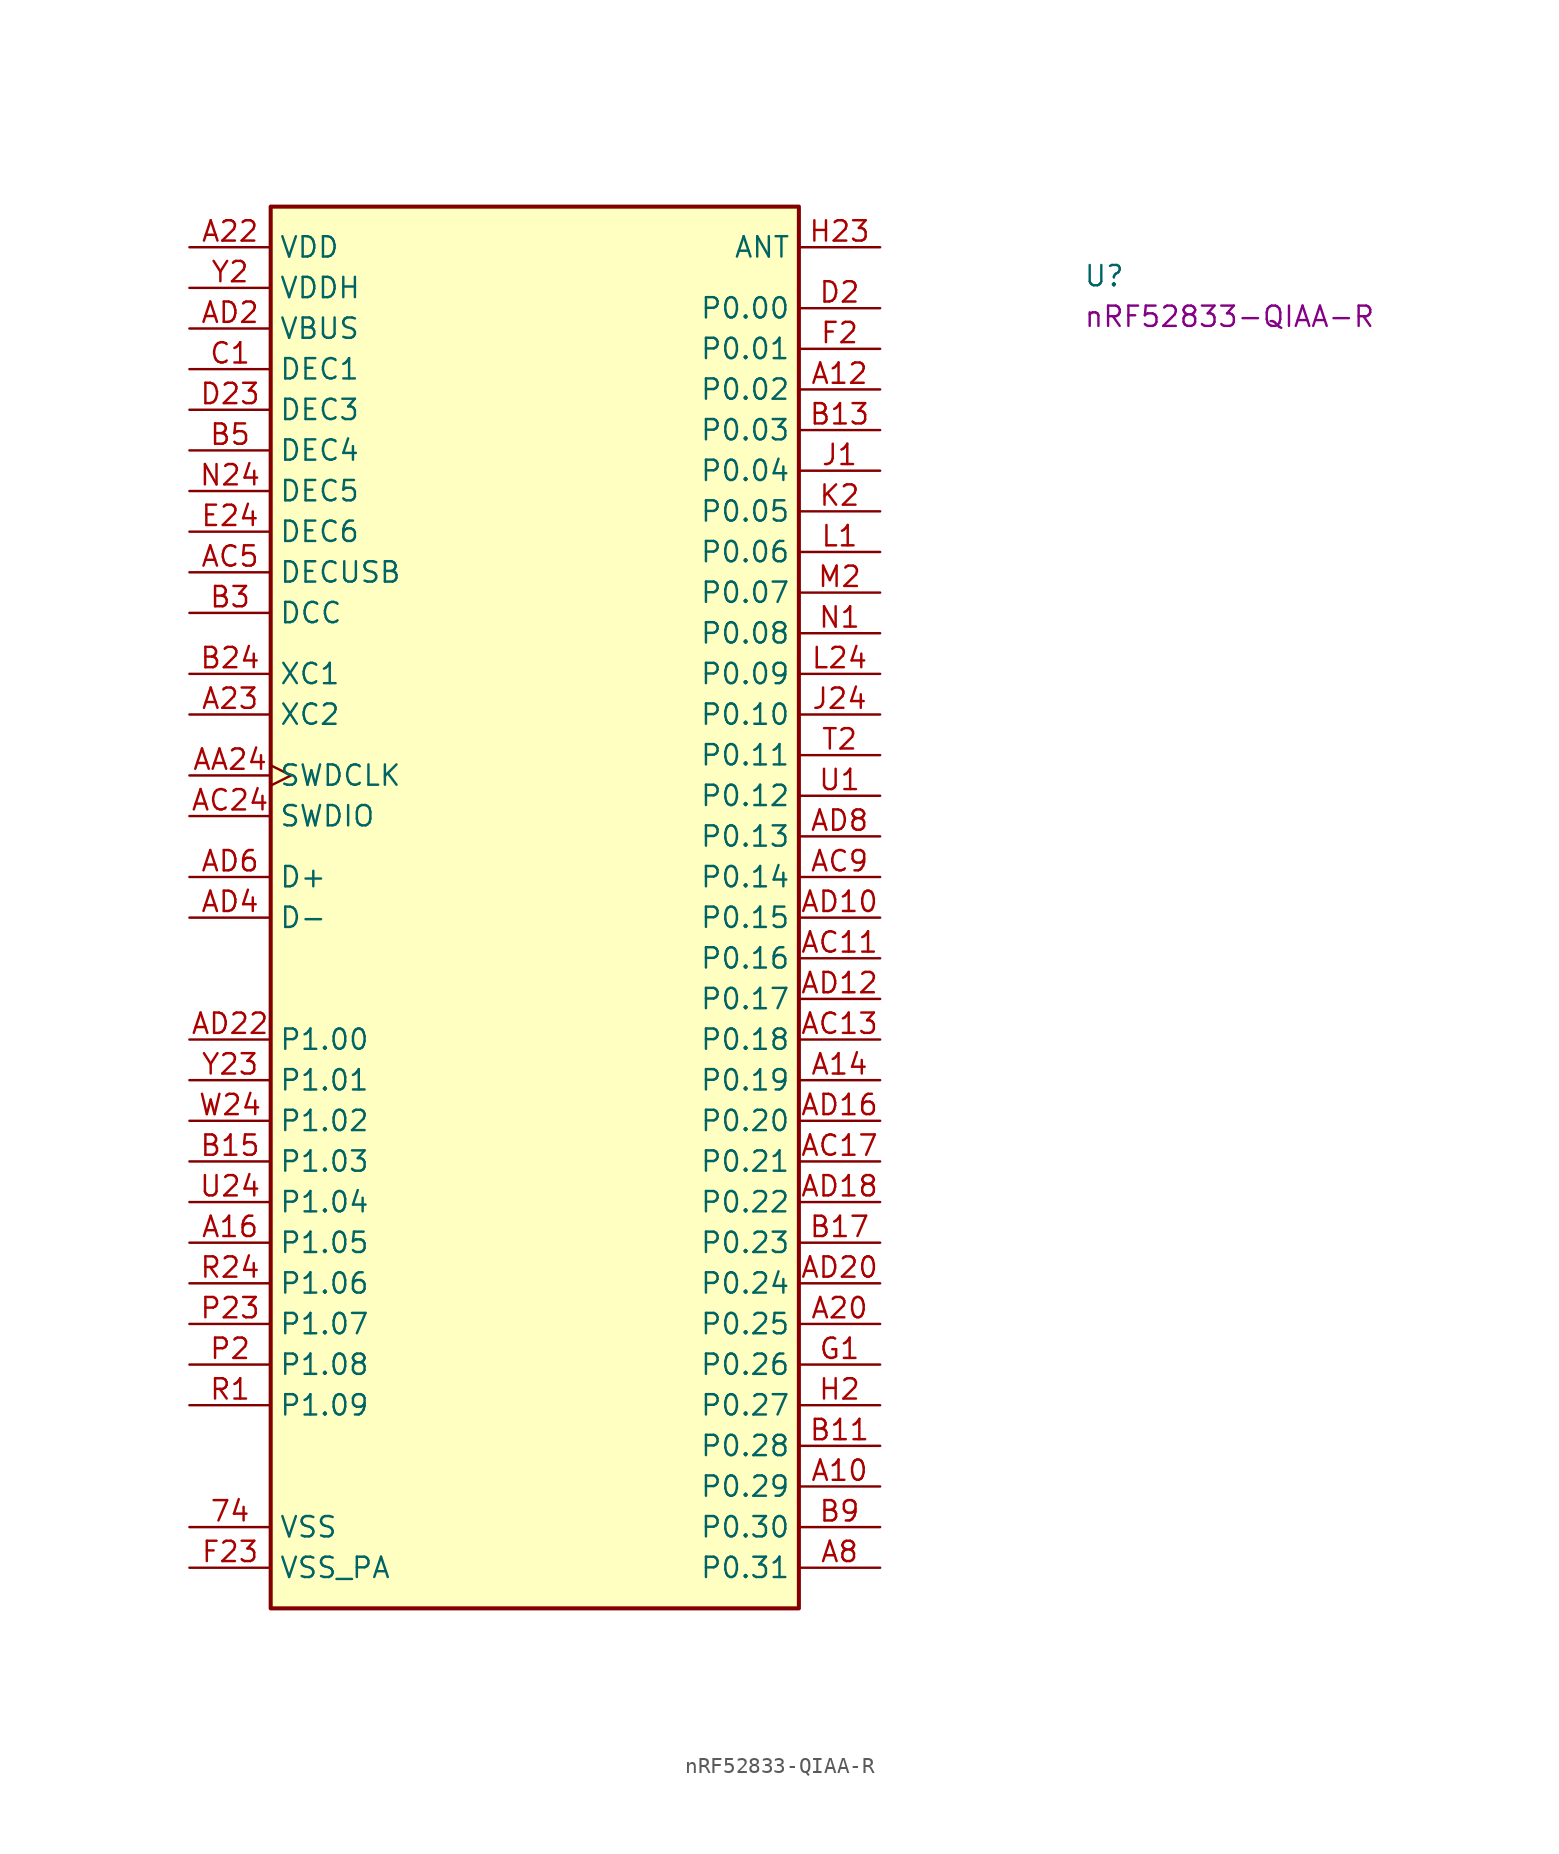
<source format=kicad_sym>
(kicad_symbol_lib
  (version 20231120)
  (generator "kicad_symbol_editor")
  (generator_version "8.0")
  (symbol "nRF52833-QIAA-R"
    (property "Reference" "U"
      (at 55.88 -2.54 0)
      (effects (font (size 1.27 1.27) (thickness 0.15)) (justify left bottom)))
    (property "MPN" "nRF52833-QIAA-R"
      (at 55.88 -5.08 0)
      (effects (font (size 1.27 1.27) (thickness 0.15)) (justify left bottom)))
    (symbol "nRF52833-QIAA-R_1_1"
      (rectangle (start 5.08 2.54) (end 38.1 -85.09) (stroke (width 0.254) (type default)) (fill (type background)))
      (pin power_in line (at 0 -80.01 0) (length 5.08) (name "VSS" (effects (font (size 1.27 1.27)))) (number "74" (effects (font (size 1.27 1.27)))))
      (pin bidirectional line (at 43.18 -77.47 180) (length 5.08) (name "P0.29" (effects (font (size 1.27 1.27)))) (number "A10" (effects (font (size 1.27 1.27)))) (alternate "AIN5" passive line))
      (pin bidirectional line (at 43.18 -8.89 180) (length 5.08) (name "P0.02" (effects (font (size 1.27 1.27)))) (number "A12" (effects (font (size 1.27 1.27)))) (alternate "AIN0" passive line))
      (pin bidirectional line (at 43.18 -52.07 180) (length 5.08) (name "P0.19" (effects (font (size 1.27 1.27)))) (number "A14" (effects (font (size 1.27 1.27)))))
      (pin bidirectional line (at 0 -62.23 0) (length 5.08) (name "P1.05" (effects (font (size 1.27 1.27)))) (number "A16" (effects (font (size 1.27 1.27)))))
      (pin bidirectional line (at 43.18 -67.31 180) (length 5.08) (name "P0.25" (effects (font (size 1.27 1.27)))) (number "A20" (effects (font (size 1.27 1.27)))))
      (pin power_in line (at 0 0 0) (length 5.08) (name "VDD" (effects (font (size 1.27 1.27)))) (number "A22" (effects (font (size 1.27 1.27)))))
      (pin input line (at 0 -29.21 0) (length 5.08) (name "XC2" (effects (font (size 1.27 1.27)))) (number "A23" (effects (font (size 1.27 1.27)))))
      (pin bidirectional line (at 43.18 -82.55 180) (length 5.08) (name "P0.31" (effects (font (size 1.27 1.27)))) (number "A8" (effects (font (size 1.27 1.27)))) (alternate "AIN7" passive line))
      (pin input clock (at 0 -33.02 0) (length 5.08) (name "SWDCLK" (effects (font (size 1.27 1.27)))) (number "AA24" (effects (font (size 1.27 1.27)))))
      (pin bidirectional line (at 43.18 -44.45 180) (length 5.08) (name "P0.16" (effects (font (size 1.27 1.27)))) (number "AC11" (effects (font (size 1.27 1.27)))))
      (pin bidirectional line (at 43.18 -49.53 180) (length 5.08) (name "P0.18" (effects (font (size 1.27 1.27)))) (number "AC13" (effects (font (size 1.27 1.27)))) (alternate "NRESET" passive line))
      (pin bidirectional line (at 43.18 -57.15 180) (length 5.08) (name "P0.21" (effects (font (size 1.27 1.27)))) (number "AC17" (effects (font (size 1.27 1.27)))))
      (pin bidirectional line (at 0 -35.56 0) (length 5.08) (name "SWDIO" (effects (font (size 1.27 1.27)))) (number "AC24" (effects (font (size 1.27 1.27)))))
      (pin power_in line (at 0 -20.32 0) (length 5.08) (name "DECUSB" (effects (font (size 1.27 1.27)))) (number "AC5" (effects (font (size 1.27 1.27)))))
      (pin bidirectional line (at 43.18 -39.37 180) (length 5.08) (name "P0.14" (effects (font (size 1.27 1.27)))) (number "AC9" (effects (font (size 1.27 1.27)))))
      (pin bidirectional line (at 43.18 -41.91 180) (length 5.08) (name "P0.15" (effects (font (size 1.27 1.27)))) (number "AD10" (effects (font (size 1.27 1.27)))))
      (pin bidirectional line (at 43.18 -46.99 180) (length 5.08) (name "P0.17" (effects (font (size 1.27 1.27)))) (number "AD12" (effects (font (size 1.27 1.27)))))
      (pin passive line (at 0 0 0) (length 5.08) hide (name "VDD" (effects (font (size 1.27 1.27)))) (number "AD14" (effects (font (size 1.27 1.27)))))
      (pin bidirectional line (at 43.18 -54.61 180) (length 5.08) (name "P0.20" (effects (font (size 1.27 1.27)))) (number "AD16" (effects (font (size 1.27 1.27)))))
      (pin bidirectional line (at 43.18 -59.69 180) (length 5.08) (name "P0.22" (effects (font (size 1.27 1.27)))) (number "AD18" (effects (font (size 1.27 1.27)))))
      (pin power_in line (at 0 -5.08 0) (length 5.08) (name "VBUS" (effects (font (size 1.27 1.27)))) (number "AD2" (effects (font (size 1.27 1.27)))))
      (pin bidirectional line (at 43.18 -64.77 180) (length 5.08) (name "P0.24" (effects (font (size 1.27 1.27)))) (number "AD20" (effects (font (size 1.27 1.27)))))
      (pin bidirectional line (at 0 -49.53 0) (length 5.08) (name "P1.00" (effects (font (size 1.27 1.27)))) (number "AD22" (effects (font (size 1.27 1.27)))) (alternate "TRACEDATA0" passive line))
      (pin passive line (at 0 0 0) (length 5.08) hide (name "VDD" (effects (font (size 1.27 1.27)))) (number "AD23" (effects (font (size 1.27 1.27)))))
      (pin bidirectional line (at 0 -41.91 0) (length 5.08) (name "D-" (effects (font (size 1.27 1.27)))) (number "AD4" (effects (font (size 1.27 1.27)))))
      (pin bidirectional line (at 0 -39.37 0) (length 5.08) (name "D+" (effects (font (size 1.27 1.27)))) (number "AD6" (effects (font (size 1.27 1.27)))))
      (pin bidirectional line (at 43.18 -36.83 180) (length 5.08) (name "P0.13" (effects (font (size 1.27 1.27)))) (number "AD8" (effects (font (size 1.27 1.27)))))
      (pin passive line (at 0 0 0) (length 5.08) hide (name "VDD" (effects (font (size 1.27 1.27)))) (number "B1" (effects (font (size 1.27 1.27)))))
      (pin bidirectional line (at 43.18 -74.93 180) (length 5.08) (name "P0.28" (effects (font (size 1.27 1.27)))) (number "B11" (effects (font (size 1.27 1.27)))) (alternate "AIN4" passive line))
      (pin bidirectional line (at 43.18 -11.43 180) (length 5.08) (name "P0.03" (effects (font (size 1.27 1.27)))) (number "B13" (effects (font (size 1.27 1.27)))) (alternate "AIN1" passive line))
      (pin bidirectional line (at 0 -57.15 0) (length 5.08) (name "P1.03" (effects (font (size 1.27 1.27)))) (number "B15" (effects (font (size 1.27 1.27)))))
      (pin bidirectional line (at 43.18 -62.23 180) (length 5.08) (name "P0.23" (effects (font (size 1.27 1.27)))) (number "B17" (effects (font (size 1.27 1.27)))))
      (pin input line (at 0 -26.67 0) (length 5.08) (name "XC1" (effects (font (size 1.27 1.27)))) (number "B24" (effects (font (size 1.27 1.27)))))
      (pin power_in line (at 0 -22.86 0) (length 5.08) (name "DCC" (effects (font (size 1.27 1.27)))) (number "B3" (effects (font (size 1.27 1.27)))))
      (pin power_in line (at 0 -12.7 0) (length 5.08) (name "DEC4" (effects (font (size 1.27 1.27)))) (number "B5" (effects (font (size 1.27 1.27)))))
      (pin passive line (at 0 -80.01 0) (length 5.08) hide (name "VSS" (effects (font (size 1.27 1.27)))) (number "B7" (effects (font (size 1.27 1.27)))))
      (pin bidirectional line (at 43.18 -80.01 180) (length 5.08) (name "P0.30" (effects (font (size 1.27 1.27)))) (number "B9" (effects (font (size 1.27 1.27)))) (alternate "AIN6" passive line))
      (pin power_in line (at 0 -7.62 0) (length 5.08) (name "DEC1" (effects (font (size 1.27 1.27)))) (number "C1" (effects (font (size 1.27 1.27)))))
      (pin bidirectional line (at 43.18 -3.81 180) (length 5.08) (name "P0.00" (effects (font (size 1.27 1.27)))) (number "D2" (effects (font (size 1.27 1.27)))) (alternate "XL1" passive line))
      (pin power_in line (at 0 -10.16 0) (length 5.08) (name "DEC3" (effects (font (size 1.27 1.27)))) (number "D23" (effects (font (size 1.27 1.27)))))
      (pin power_in line (at 0 -17.78 0) (length 5.08) (name "DEC6" (effects (font (size 1.27 1.27)))) (number "E24" (effects (font (size 1.27 1.27)))))
      (pin bidirectional line (at 43.18 -6.35 180) (length 5.08) (name "P0.01" (effects (font (size 1.27 1.27)))) (number "F2" (effects (font (size 1.27 1.27)))) (alternate "XL2" passive line))
      (pin power_in line (at 0 -82.55 0) (length 5.08) (name "VSS_PA" (effects (font (size 1.27 1.27)))) (number "F23" (effects (font (size 1.27 1.27)))))
      (pin bidirectional line (at 43.18 -69.85 180) (length 5.08) (name "P0.26" (effects (font (size 1.27 1.27)))) (number "G1" (effects (font (size 1.27 1.27)))))
      (pin bidirectional line (at 43.18 -72.39 180) (length 5.08) (name "P0.27" (effects (font (size 1.27 1.27)))) (number "H2" (effects (font (size 1.27 1.27)))))
      (pin bidirectional line (at 43.18 0 180) (length 5.08) (name "ANT" (effects (font (size 1.27 1.27)))) (number "H23" (effects (font (size 1.27 1.27)))))
      (pin bidirectional line (at 43.18 -13.97 180) (length 5.08) (name "P0.04" (effects (font (size 1.27 1.27)))) (number "J1" (effects (font (size 1.27 1.27)))) (alternate "AIN2" passive line))
      (pin bidirectional line (at 43.18 -29.21 180) (length 5.08) (name "P0.10" (effects (font (size 1.27 1.27)))) (number "J24" (effects (font (size 1.27 1.27)))) (alternate "NFC2" passive line))
      (pin bidirectional line (at 43.18 -16.51 180) (length 5.08) (name "P0.05" (effects (font (size 1.27 1.27)))) (number "K2" (effects (font (size 1.27 1.27)))) (alternate "AIN3" passive line))
      (pin bidirectional line (at 43.18 -19.05 180) (length 5.08) (name "P0.06" (effects (font (size 1.27 1.27)))) (number "L1" (effects (font (size 1.27 1.27)))))
      (pin bidirectional line (at 43.18 -26.67 180) (length 5.08) (name "P0.09" (effects (font (size 1.27 1.27)))) (number "L24" (effects (font (size 1.27 1.27)))) (alternate "NFC1" passive line))
      (pin bidirectional line (at 43.18 -21.59 180) (length 5.08) (name "P0.07" (effects (font (size 1.27 1.27)))) (number "M2" (effects (font (size 1.27 1.27)))) (alternate "TRACECLK" passive line))
      (pin bidirectional line (at 43.18 -24.13 180) (length 5.08) (name "P0.08" (effects (font (size 1.27 1.27)))) (number "N1" (effects (font (size 1.27 1.27)))))
      (pin power_in line (at 0 -15.24 0) (length 5.08) (name "DEC5" (effects (font (size 1.27 1.27)))) (number "N24" (effects (font (size 1.27 1.27)))))
      (pin bidirectional line (at 0 -69.85 0) (length 5.08) (name "P1.08" (effects (font (size 1.27 1.27)))) (number "P2" (effects (font (size 1.27 1.27)))))
      (pin bidirectional line (at 0 -67.31 0) (length 5.08) (name "P1.07" (effects (font (size 1.27 1.27)))) (number "P23" (effects (font (size 1.27 1.27)))))
      (pin bidirectional line (at 0 -72.39 0) (length 5.08) (name "P1.09" (effects (font (size 1.27 1.27)))) (number "R1" (effects (font (size 1.27 1.27)))) (alternate "TRACEDATA3" passive line))
      (pin bidirectional line (at 0 -64.77 0) (length 5.08) (name "P1.06" (effects (font (size 1.27 1.27)))) (number "R24" (effects (font (size 1.27 1.27)))))
      (pin bidirectional line (at 43.18 -31.75 180) (length 5.08) (name "P0.11" (effects (font (size 1.27 1.27)))) (number "T2" (effects (font (size 1.27 1.27)))) (alternate "TRACEDATA2" passive line))
      (pin bidirectional line (at 43.18 -34.29 180) (length 5.08) (name "P0.12" (effects (font (size 1.27 1.27)))) (number "U1" (effects (font (size 1.27 1.27)))) (alternate "TRACEDATA1" passive line))
      (pin bidirectional line (at 0 -59.69 0) (length 5.08) (name "P1.04" (effects (font (size 1.27 1.27)))) (number "U24" (effects (font (size 1.27 1.27)))))
      (pin passive line (at 0 0 0) (length 5.08) hide (name "VDD" (effects (font (size 1.27 1.27)))) (number "W1" (effects (font (size 1.27 1.27)))))
      (pin bidirectional line (at 0 -54.61 0) (length 5.08) (name "P1.02" (effects (font (size 1.27 1.27)))) (number "W24" (effects (font (size 1.27 1.27)))))
      (pin power_in line (at 0 -2.54 0) (length 5.08) (name "VDDH" (effects (font (size 1.27 1.27)))) (number "Y2" (effects (font (size 1.27 1.27)))))
      (pin bidirectional line (at 0 -52.07 0) (length 5.08) (name "P1.01" (effects (font (size 1.27 1.27)))) (number "Y23" (effects (font (size 1.27 1.27))))))))
</source>
